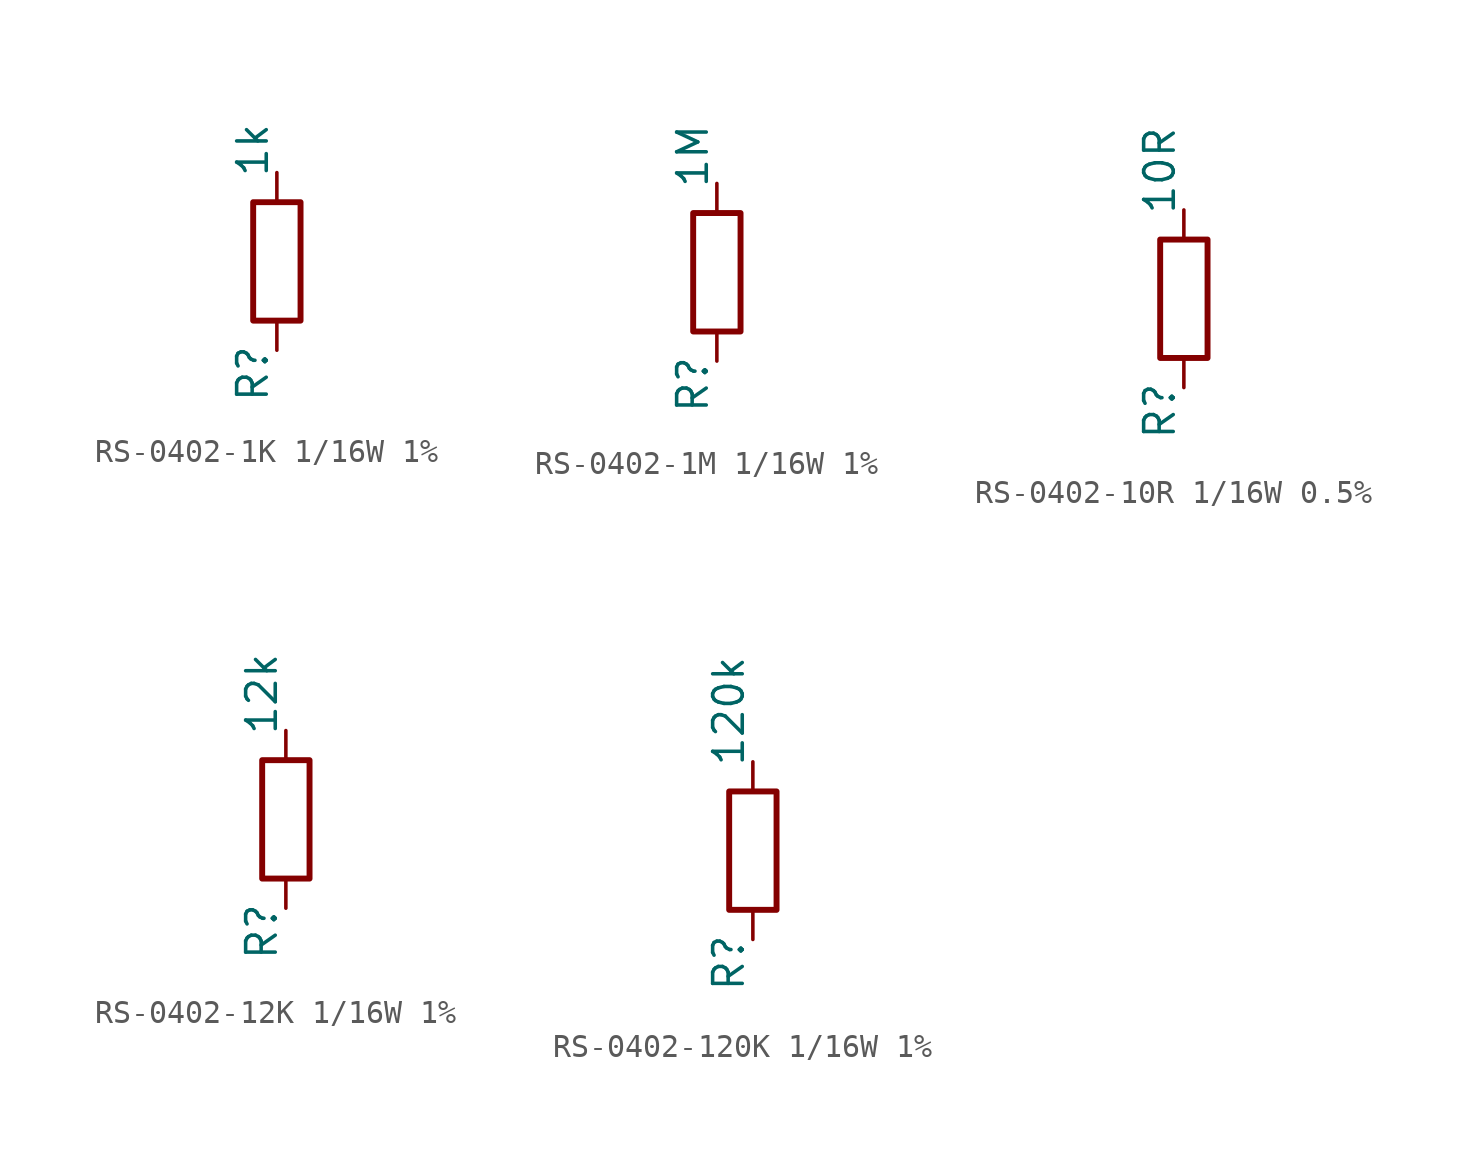
<source format=kicad_sym>
(kicad_symbol_lib
  (version 20241209)
  (generator "kicad_symbol_editor")
  (generator_version "9.0")
  (symbol "RS-0402-1K 1/16W 1%"
    (pin_numbers
      (hide yes))
    (pin_names
      (hide yes))
    (property "Reference" "R"
      (at -1.778 -6.096 90)
      (effects (font (size 1.27 1.27)) (justify left top)))
    (property "Value" "1k"
      (at -1.778 3.556 90)
      (effects (font (size 1.27 1.27)) (justify left top)))
    (symbol "RS-0402-1K 1/16W 1%_0_1"
      (rectangle (start -1.016 -2.54) (end 1.016 2.54) (stroke (width 0.254) (type default)) (fill (type none))))
    (symbol "RS-0402-1K 1/16W 1%_1_1"
      (pin passive line (at 0 3.81 270) (length 1.27) (name "~" (effects (font (size 1.27 1.27)))) (number "1" (effects (font (size 1.27 1.27)))))
      (pin passive line (at 0 -3.81 90) (length 1.27) (name "~" (effects (font (size 1.27 1.27)))) (number "2" (effects (font (size 1.27 1.27)))))))
  (symbol "RS-0402-1M 1/16W 1%"
    (pin_numbers
      (hide yes))
    (pin_names
      (hide yes))
    (property "Reference" "R"
      (at -1.778 -6.096 90)
      (effects (font (size 1.27 1.27)) (justify left top)))
    (property "Value" "1M"
      (at -1.778 3.556 90)
      (effects (font (size 1.27 1.27)) (justify left top)))
    (symbol "RS-0402-1M 1/16W 1%_0_1"
      (rectangle (start -1.016 -2.54) (end 1.016 2.54) (stroke (width 0.254) (type default)) (fill (type none))))
    (symbol "RS-0402-1M 1/16W 1%_1_1"
      (pin passive line (at 0 3.81 270) (length 1.27) (name "~" (effects (font (size 1.27 1.27)))) (number "1" (effects (font (size 1.27 1.27)))))
      (pin passive line (at 0 -3.81 90) (length 1.27) (name "~" (effects (font (size 1.27 1.27)))) (number "2" (effects (font (size 1.27 1.27)))))))
  (symbol "RS-0402-10R 1/16W 0.5%"
    (pin_numbers
      (hide yes))
    (pin_names
      (hide yes))
    (property "Reference" "R"
      (at -1.778 -6.096 90)
      (effects (font (size 1.27 1.27)) (justify left top)))
    (property "Value" "10R"
      (at -1.778 3.556 90)
      (effects (font (size 1.27 1.27)) (justify left top)))
    (symbol "RS-0402-10R 1/16W 0.5%_0_1"
      (rectangle (start -1.016 -2.54) (end 1.016 2.54) (stroke (width 0.254) (type default)) (fill (type none))))
    (symbol "RS-0402-10R 1/16W 0.5%_1_1"
      (pin passive line (at 0 3.81 270) (length 1.27) (name "~" (effects (font (size 1.27 1.27)))) (number "1" (effects (font (size 1.27 1.27)))))
      (pin passive line (at 0 -3.81 90) (length 1.27) (name "~" (effects (font (size 1.27 1.27)))) (number "2" (effects (font (size 1.27 1.27)))))))
  (symbol "RS-0402-12K 1/16W 1%"
    (pin_numbers
      (hide yes))
    (pin_names
      (hide yes))
    (property "Reference" "R"
      (at -1.778 -6.096 90)
      (effects (font (size 1.27 1.27)) (justify left top)))
    (property "Value" "12k"
      (at -1.778 3.556 90)
      (effects (font (size 1.27 1.27)) (justify left top)))
    (symbol "RS-0402-12K 1/16W 1%_0_1"
      (rectangle (start -1.016 -2.54) (end 1.016 2.54) (stroke (width 0.254) (type default)) (fill (type none))))
    (symbol "RS-0402-12K 1/16W 1%_1_1"
      (pin passive line (at 0 3.81 270) (length 1.27) (name "~" (effects (font (size 1.27 1.27)))) (number "1" (effects (font (size 1.27 1.27)))))
      (pin passive line (at 0 -3.81 90) (length 1.27) (name "~" (effects (font (size 1.27 1.27)))) (number "2" (effects (font (size 1.27 1.27)))))))
  (symbol "RS-0402-120K 1/16W 1%"
    (pin_numbers
      (hide yes))
    (pin_names
      (hide yes))
    (property "Reference" "R"
      (at -1.778 -6.096 90)
      (effects (font (size 1.27 1.27)) (justify left top)))
    (property "Value" "120k"
      (at -1.778 3.556 90)
      (effects (font (size 1.27 1.27)) (justify left top)))
    (symbol "RS-0402-120K 1/16W 1%_0_1"
      (rectangle (start -1.016 -2.54) (end 1.016 2.54) (stroke (width 0.254) (type default)) (fill (type none))))
    (symbol "RS-0402-120K 1/16W 1%_1_1"
      (pin passive line (at 0 3.81 270) (length 1.27) (name "~" (effects (font (size 1.27 1.27)))) (number "1" (effects (font (size 1.27 1.27)))))
      (pin passive line (at 0 -3.81 90) (length 1.27) (name "~" (effects (font (size 1.27 1.27)))) (number "2" (effects (font (size 1.27 1.27))))))))
</source>
